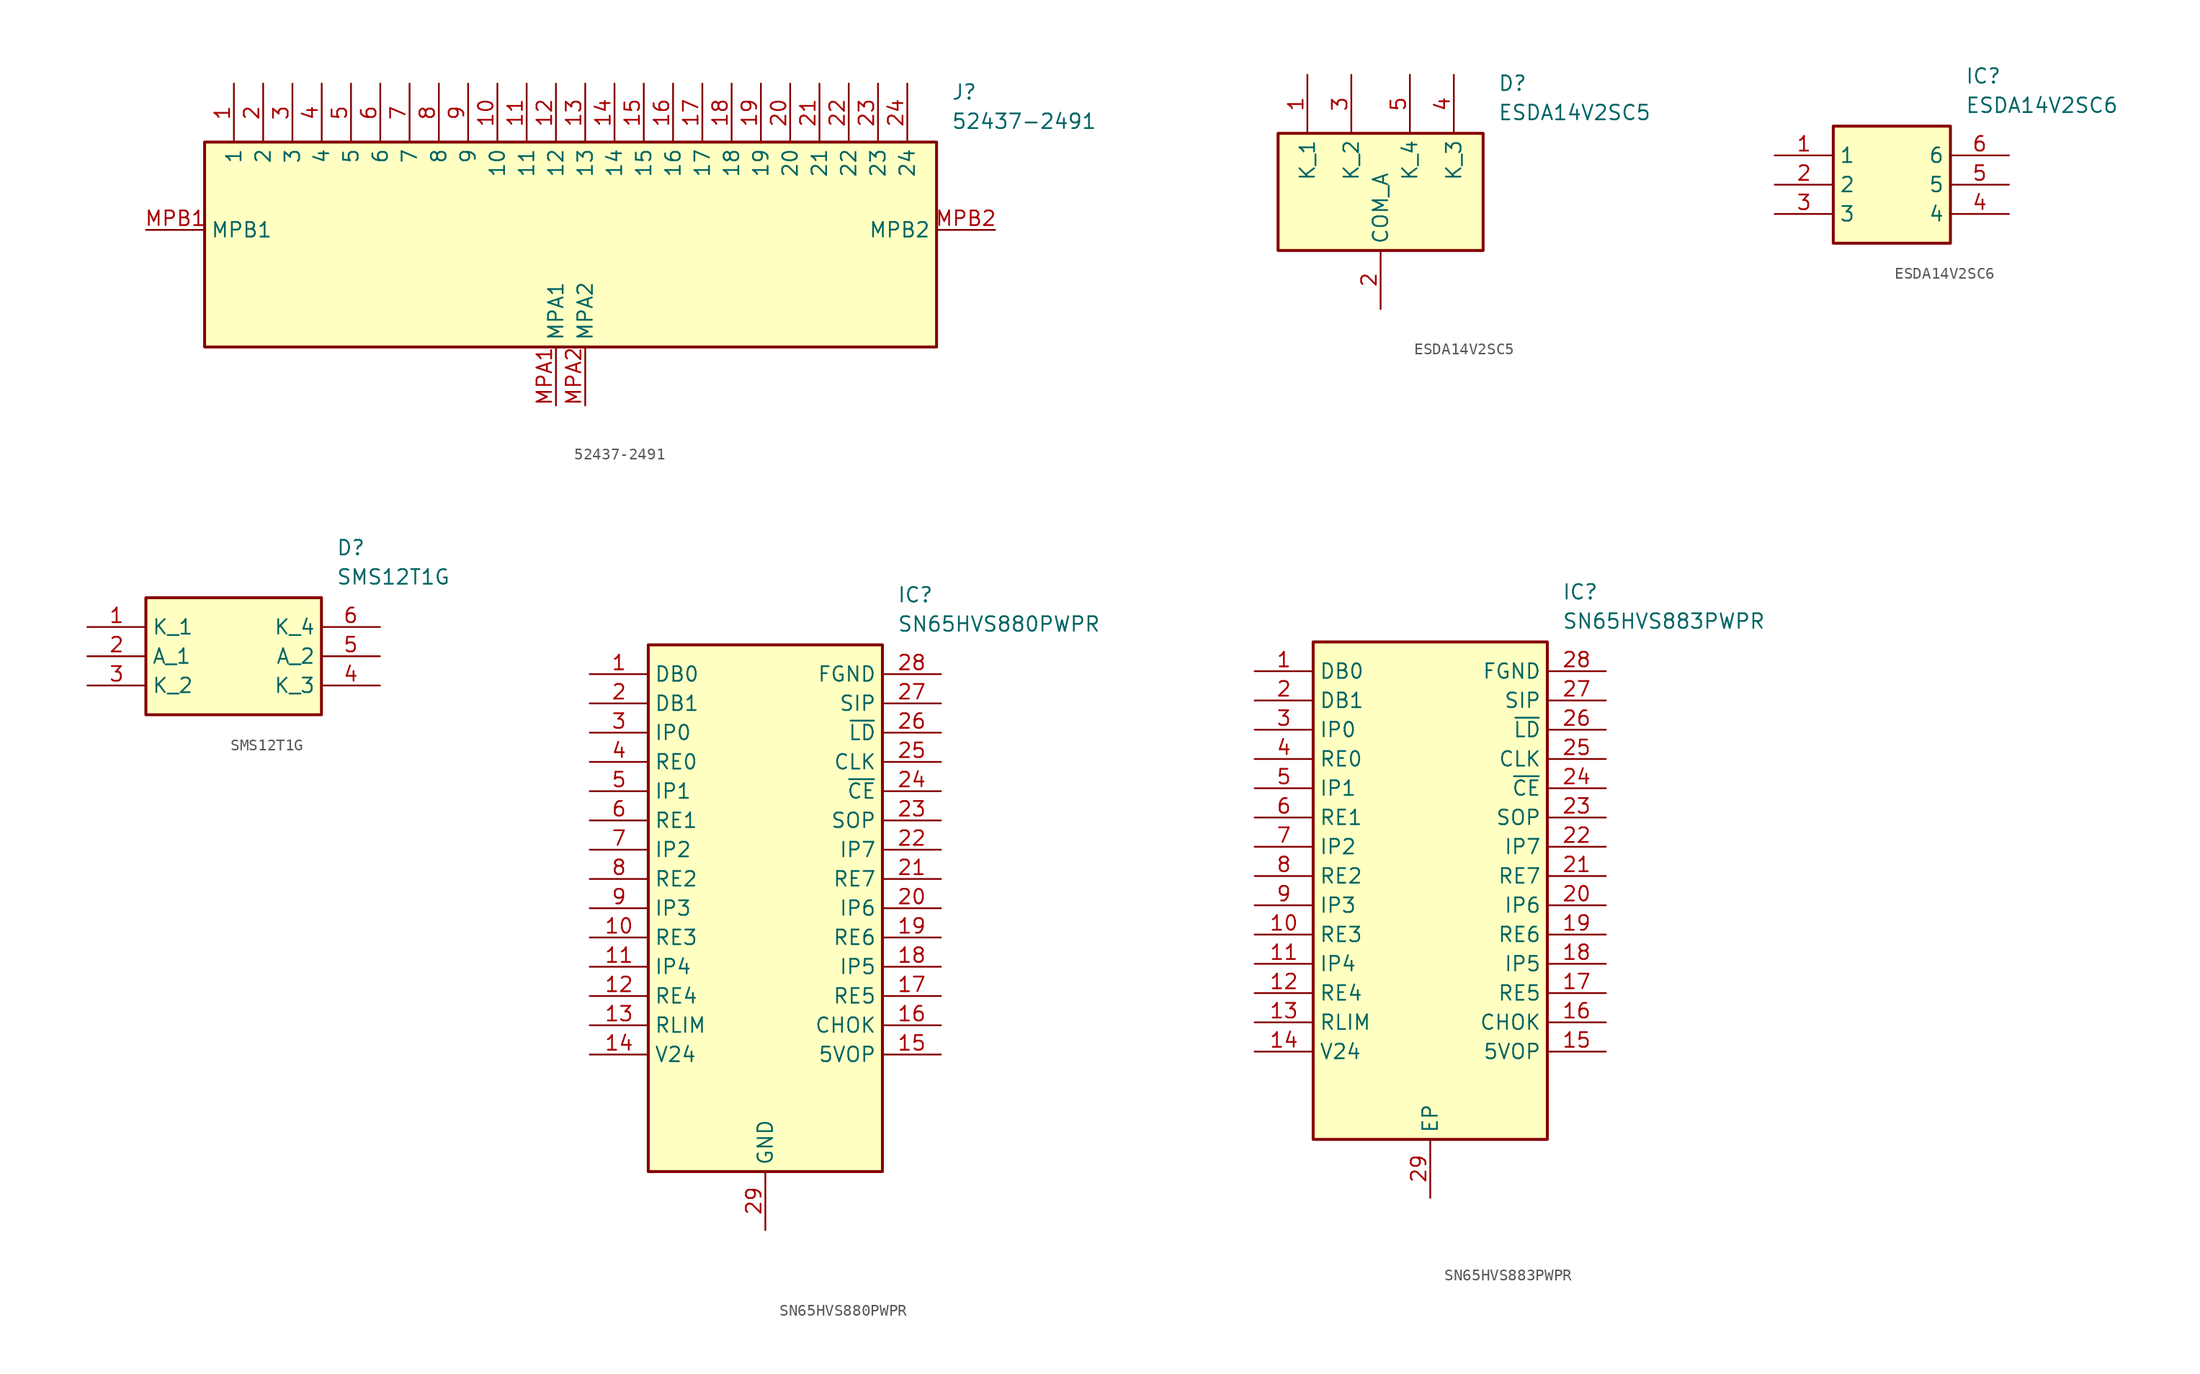
<source format=kicad_sym>
(kicad_symbol_lib
  (version 20220914)
  (generator kicad_symbol_editor)
  (symbol "52437-2491"
    (property "Reference" "J"
      (at 69.85 12.7 0)
      (effects (font (size 1.27 1.27)) (justify left top)))
    (property "Value" "52437-2491"
      (at 69.85 10.16 0)
      (effects (font (size 1.27 1.27)) (justify left top)))
    (rectangle
      (start 5.08 7.62)
      (end 68.58 -10.16)
      (stroke (width 0.254) (type default))
      (fill (type background)))
    (pin passive line
      (at 7.62 12.7 270)
      (length 5.08)
      (name "1" (effects (font (size 1.27 1.27))))
      (number "1" (effects (font (size 1.27 1.27)))))
    (pin passive line
      (at 10.16 12.7 270)
      (length 5.08)
      (name "2" (effects (font (size 1.27 1.27))))
      (number "2" (effects (font (size 1.27 1.27)))))
    (pin passive line
      (at 12.7 12.7 270)
      (length 5.08)
      (name "3" (effects (font (size 1.27 1.27))))
      (number "3" (effects (font (size 1.27 1.27)))))
    (pin passive line
      (at 15.24 12.7 270)
      (length 5.08)
      (name "4" (effects (font (size 1.27 1.27))))
      (number "4" (effects (font (size 1.27 1.27)))))
    (pin passive line
      (at 17.78 12.7 270)
      (length 5.08)
      (name "5" (effects (font (size 1.27 1.27))))
      (number "5" (effects (font (size 1.27 1.27)))))
    (pin passive line
      (at 20.32 12.7 270)
      (length 5.08)
      (name "6" (effects (font (size 1.27 1.27))))
      (number "6" (effects (font (size 1.27 1.27)))))
    (pin passive line
      (at 22.86 12.7 270)
      (length 5.08)
      (name "7" (effects (font (size 1.27 1.27))))
      (number "7" (effects (font (size 1.27 1.27)))))
    (pin passive line
      (at 25.4 12.7 270)
      (length 5.08)
      (name "8" (effects (font (size 1.27 1.27))))
      (number "8" (effects (font (size 1.27 1.27)))))
    (pin passive line
      (at 27.94 12.7 270)
      (length 5.08)
      (name "9" (effects (font (size 1.27 1.27))))
      (number "9" (effects (font (size 1.27 1.27)))))
    (pin passive line
      (at 30.48 12.7 270)
      (length 5.08)
      (name "10" (effects (font (size 1.27 1.27))))
      (number "10" (effects (font (size 1.27 1.27)))))
    (pin passive line
      (at 33.02 12.7 270)
      (length 5.08)
      (name "11" (effects (font (size 1.27 1.27))))
      (number "11" (effects (font (size 1.27 1.27)))))
    (pin passive line
      (at 35.56 12.7 270)
      (length 5.08)
      (name "12" (effects (font (size 1.27 1.27))))
      (number "12" (effects (font (size 1.27 1.27)))))
    (pin passive line
      (at 38.1 12.7 270)
      (length 5.08)
      (name "13" (effects (font (size 1.27 1.27))))
      (number "13" (effects (font (size 1.27 1.27)))))
    (pin passive line
      (at 40.64 12.7 270)
      (length 5.08)
      (name "14" (effects (font (size 1.27 1.27))))
      (number "14" (effects (font (size 1.27 1.27)))))
    (pin passive line
      (at 43.18 12.7 270)
      (length 5.08)
      (name "15" (effects (font (size 1.27 1.27))))
      (number "15" (effects (font (size 1.27 1.27)))))
    (pin passive line
      (at 45.72 12.7 270)
      (length 5.08)
      (name "16" (effects (font (size 1.27 1.27))))
      (number "16" (effects (font (size 1.27 1.27)))))
    (pin passive line
      (at 48.26 12.7 270)
      (length 5.08)
      (name "17" (effects (font (size 1.27 1.27))))
      (number "17" (effects (font (size 1.27 1.27)))))
    (pin passive line
      (at 50.8 12.7 270)
      (length 5.08)
      (name "18" (effects (font (size 1.27 1.27))))
      (number "18" (effects (font (size 1.27 1.27)))))
    (pin passive line
      (at 53.34 12.7 270)
      (length 5.08)
      (name "19" (effects (font (size 1.27 1.27))))
      (number "19" (effects (font (size 1.27 1.27)))))
    (pin passive line
      (at 55.88 12.7 270)
      (length 5.08)
      (name "20" (effects (font (size 1.27 1.27))))
      (number "20" (effects (font (size 1.27 1.27)))))
    (pin passive line
      (at 58.42 12.7 270)
      (length 5.08)
      (name "21" (effects (font (size 1.27 1.27))))
      (number "21" (effects (font (size 1.27 1.27)))))
    (pin passive line
      (at 60.96 12.7 270)
      (length 5.08)
      (name "22" (effects (font (size 1.27 1.27))))
      (number "22" (effects (font (size 1.27 1.27)))))
    (pin passive line
      (at 63.5 12.7 270)
      (length 5.08)
      (name "23" (effects (font (size 1.27 1.27))))
      (number "23" (effects (font (size 1.27 1.27)))))
    (pin passive line
      (at 66.04 12.7 270)
      (length 5.08)
      (name "24" (effects (font (size 1.27 1.27))))
      (number "24" (effects (font (size 1.27 1.27)))))
    (pin passive line
      (at 35.56 -15.24 90)
      (length 5.08)
      (name "MPA1" (effects (font (size 1.27 1.27))))
      (number "MPA1" (effects (font (size 1.27 1.27)))))
    (pin passive line
      (at 38.1 -15.24 90)
      (length 5.08)
      (name "MPA2" (effects (font (size 1.27 1.27))))
      (number "MPA2" (effects (font (size 1.27 1.27)))))
    (pin passive line
      (at 0 0 0)
      (length 5.08)
      (name "MPB1" (effects (font (size 1.27 1.27))))
      (number "MPB1" (effects (font (size 1.27 1.27)))))
    (pin passive line
      (at 73.66 0 180)
      (length 5.08)
      (name "MPB2" (effects (font (size 1.27 1.27))))
      (number "MPB2" (effects (font (size 1.27 1.27))))))
  (symbol "ESDA14V2SC5"
    (property "Reference" "D"
      (at 24.13 7.62 0)
      (effects (font (size 1.27 1.27)) (justify left top)))
    (property "Value" "ESDA14V2SC5"
      (at 24.13 5.08 0)
      (effects (font (size 1.27 1.27)) (justify left top)))
    (symbol "ESDA14V2SC5_1_1"
      (rectangle (start 5.08 2.54) (end 22.86 -7.62) (stroke (width 0.254) (type default)) (fill (type background)))
      (pin passive line (at 7.62 7.62 270) (length 5.08) (name "K_1" (effects (font (size 1.27 1.27)))) (number "1" (effects (font (size 1.27 1.27)))))
      (pin passive line (at 13.97 -12.7 90) (length 5.08) (name "COM_A" (effects (font (size 1.27 1.27)))) (number "2" (effects (font (size 1.27 1.27)))))
      (pin passive line (at 11.43 7.62 270) (length 5.08) (name "K_2" (effects (font (size 1.27 1.27)))) (number "3" (effects (font (size 1.27 1.27)))))
      (pin passive line (at 20.32 7.62 270) (length 5.08) (name "K_3" (effects (font (size 1.27 1.27)))) (number "4" (effects (font (size 1.27 1.27)))))
      (pin passive line (at 16.51 7.62 270) (length 5.08) (name "K_4" (effects (font (size 1.27 1.27)))) (number "5" (effects (font (size 1.27 1.27)))))))
  (symbol "ESDA14V2SC6"
    (property "Reference" "IC"
      (at 16.51 7.62 0)
      (effects (font (size 1.27 1.27)) (justify left top)))
    (property "Value" "ESDA14V2SC6"
      (at 16.51 5.08 0)
      (effects (font (size 1.27 1.27)) (justify left top)))
    (symbol "ESDA14V2SC6_1_1"
      (rectangle (start 5.08 2.54) (end 15.24 -7.62) (stroke (width 0.254) (type default)) (fill (type background)))
      (pin passive line (at 0 0 0) (length 5.08) (name "1" (effects (font (size 1.27 1.27)))) (number "1" (effects (font (size 1.27 1.27)))))
      (pin passive line (at 0 -2.54 0) (length 5.08) (name "2" (effects (font (size 1.27 1.27)))) (number "2" (effects (font (size 1.27 1.27)))))
      (pin passive line (at 0 -5.08 0) (length 5.08) (name "3" (effects (font (size 1.27 1.27)))) (number "3" (effects (font (size 1.27 1.27)))))
      (pin passive line (at 20.32 -5.08 180) (length 5.08) (name "4" (effects (font (size 1.27 1.27)))) (number "4" (effects (font (size 1.27 1.27)))))
      (pin passive line (at 20.32 -2.54 180) (length 5.08) (name "5" (effects (font (size 1.27 1.27)))) (number "5" (effects (font (size 1.27 1.27)))))
      (pin passive line (at 20.32 0 180) (length 5.08) (name "6" (effects (font (size 1.27 1.27)))) (number "6" (effects (font (size 1.27 1.27)))))))
  (symbol "SMS12T1G"
    (property "Reference" "D"
      (at 21.59 7.62 0)
      (effects (font (size 1.27 1.27)) (justify left top)))
    (property "Value" "SMS12T1G"
      (at 21.59 5.08 0)
      (effects (font (size 1.27 1.27)) (justify left top)))
    (symbol "SMS12T1G_1_1"
      (rectangle (start 5.08 2.54) (end 20.32 -7.62) (stroke (width 0.254) (type default)) (fill (type background)))
      (pin passive line (at 0 0 0) (length 5.08) (name "K_1" (effects (font (size 1.27 1.27)))) (number "1" (effects (font (size 1.27 1.27)))))
      (pin passive line (at 0 -2.54 0) (length 5.08) (name "A_1" (effects (font (size 1.27 1.27)))) (number "2" (effects (font (size 1.27 1.27)))))
      (pin passive line (at 0 -5.08 0) (length 5.08) (name "K_2" (effects (font (size 1.27 1.27)))) (number "3" (effects (font (size 1.27 1.27)))))
      (pin passive line (at 25.4 -5.08 180) (length 5.08) (name "K_3" (effects (font (size 1.27 1.27)))) (number "4" (effects (font (size 1.27 1.27)))))
      (pin passive line (at 25.4 -2.54 180) (length 5.08) (name "A_2" (effects (font (size 1.27 1.27)))) (number "5" (effects (font (size 1.27 1.27)))))
      (pin passive line (at 25.4 0 180) (length 5.08) (name "K_4" (effects (font (size 1.27 1.27)))) (number "6" (effects (font (size 1.27 1.27)))))))
  (symbol "SN65HVS880PWPR"
    (property "Reference" "IC"
      (at 26.67 7.62 0)
      (effects (font (size 1.27 1.27)) (justify left top)))
    (property "Value" "SN65HVS880PWPR"
      (at 26.67 5.08 0)
      (effects (font (size 1.27 1.27)) (justify left top)))
    (rectangle
      (start 5.08 2.54)
      (end 25.4 -43.18)
      (stroke (width 0.254) (type default))
      (fill (type background)))
    (pin passive line
      (at 0 0 0)
      (length 5.08)
      (name "DB0" (effects (font (size 1.27 1.27))))
      (number "1" (effects (font (size 1.27 1.27)))))
    (pin passive line
      (at 0 -2.54 0)
      (length 5.08)
      (name "DB1" (effects (font (size 1.27 1.27))))
      (number "2" (effects (font (size 1.27 1.27)))))
    (pin passive line
      (at 0 -5.08 0)
      (length 5.08)
      (name "IP0" (effects (font (size 1.27 1.27))))
      (number "3" (effects (font (size 1.27 1.27)))))
    (pin passive line
      (at 0 -7.62 0)
      (length 5.08)
      (name "RE0" (effects (font (size 1.27 1.27))))
      (number "4" (effects (font (size 1.27 1.27)))))
    (pin passive line
      (at 0 -10.16 0)
      (length 5.08)
      (name "IP1" (effects (font (size 1.27 1.27))))
      (number "5" (effects (font (size 1.27 1.27)))))
    (pin passive line
      (at 0 -12.7 0)
      (length 5.08)
      (name "RE1" (effects (font (size 1.27 1.27))))
      (number "6" (effects (font (size 1.27 1.27)))))
    (pin passive line
      (at 0 -15.24 0)
      (length 5.08)
      (name "IP2" (effects (font (size 1.27 1.27))))
      (number "7" (effects (font (size 1.27 1.27)))))
    (pin passive line
      (at 0 -17.78 0)
      (length 5.08)
      (name "RE2" (effects (font (size 1.27 1.27))))
      (number "8" (effects (font (size 1.27 1.27)))))
    (pin passive line
      (at 0 -20.32 0)
      (length 5.08)
      (name "IP3" (effects (font (size 1.27 1.27))))
      (number "9" (effects (font (size 1.27 1.27)))))
    (pin passive line
      (at 0 -22.86 0)
      (length 5.08)
      (name "RE3" (effects (font (size 1.27 1.27))))
      (number "10" (effects (font (size 1.27 1.27)))))
    (pin passive line
      (at 0 -25.4 0)
      (length 5.08)
      (name "IP4" (effects (font (size 1.27 1.27))))
      (number "11" (effects (font (size 1.27 1.27)))))
    (pin passive line
      (at 0 -27.94 0)
      (length 5.08)
      (name "RE4" (effects (font (size 1.27 1.27))))
      (number "12" (effects (font (size 1.27 1.27)))))
    (pin passive line
      (at 0 -30.48 0)
      (length 5.08)
      (name "RLIM" (effects (font (size 1.27 1.27))))
      (number "13" (effects (font (size 1.27 1.27)))))
    (pin passive line
      (at 0 -33.02 0)
      (length 5.08)
      (name "V24" (effects (font (size 1.27 1.27))))
      (number "14" (effects (font (size 1.27 1.27)))))
    (pin passive line
      (at 15.24 -48.26 90)
      (length 5.08)
      (name "GND" (effects (font (size 1.27 1.27))))
      (number "29" (effects (font (size 1.27 1.27)))))
    (pin passive line
      (at 30.48 0 180)
      (length 5.08)
      (name "FGND" (effects (font (size 1.27 1.27))))
      (number "28" (effects (font (size 1.27 1.27)))))
    (pin passive line
      (at 30.48 -2.54 180)
      (length 5.08)
      (name "SIP" (effects (font (size 1.27 1.27))))
      (number "27" (effects (font (size 1.27 1.27)))))
    (pin passive line
      (at 30.48 -5.08 180)
      (length 5.08)
      (name "~{LD}" (effects (font (size 1.27 1.27))))
      (number "26" (effects (font (size 1.27 1.27)))))
    (pin passive line
      (at 30.48 -7.62 180)
      (length 5.08)
      (name "CLK" (effects (font (size 1.27 1.27))))
      (number "25" (effects (font (size 1.27 1.27)))))
    (pin passive line
      (at 30.48 -10.16 180)
      (length 5.08)
      (name "~{CE}" (effects (font (size 1.27 1.27))))
      (number "24" (effects (font (size 1.27 1.27)))))
    (pin passive line
      (at 30.48 -12.7 180)
      (length 5.08)
      (name "SOP" (effects (font (size 1.27 1.27))))
      (number "23" (effects (font (size 1.27 1.27)))))
    (pin passive line
      (at 30.48 -15.24 180)
      (length 5.08)
      (name "IP7" (effects (font (size 1.27 1.27))))
      (number "22" (effects (font (size 1.27 1.27)))))
    (pin passive line
      (at 30.48 -17.78 180)
      (length 5.08)
      (name "RE7" (effects (font (size 1.27 1.27))))
      (number "21" (effects (font (size 1.27 1.27)))))
    (pin passive line
      (at 30.48 -20.32 180)
      (length 5.08)
      (name "IP6" (effects (font (size 1.27 1.27))))
      (number "20" (effects (font (size 1.27 1.27)))))
    (pin passive line
      (at 30.48 -22.86 180)
      (length 5.08)
      (name "RE6" (effects (font (size 1.27 1.27))))
      (number "19" (effects (font (size 1.27 1.27)))))
    (pin passive line
      (at 30.48 -25.4 180)
      (length 5.08)
      (name "IP5" (effects (font (size 1.27 1.27))))
      (number "18" (effects (font (size 1.27 1.27)))))
    (pin passive line
      (at 30.48 -27.94 180)
      (length 5.08)
      (name "RE5" (effects (font (size 1.27 1.27))))
      (number "17" (effects (font (size 1.27 1.27)))))
    (pin passive line
      (at 30.48 -30.48 180)
      (length 5.08)
      (name "CHOK" (effects (font (size 1.27 1.27))))
      (number "16" (effects (font (size 1.27 1.27)))))
    (pin passive line
      (at 30.48 -33.02 180)
      (length 5.08)
      (name "5VOP" (effects (font (size 1.27 1.27))))
      (number "15" (effects (font (size 1.27 1.27))))))
  (symbol "SN65HVS883PWPR"
    (property "Reference" "IC"
      (at 26.67 7.62 0)
      (effects (font (size 1.27 1.27)) (justify left top)))
    (property "Value" "SN65HVS883PWPR"
      (at 26.67 5.08 0)
      (effects (font (size 1.27 1.27)) (justify left top)))
    (rectangle
      (start 5.08 2.54)
      (end 25.4 -40.64)
      (stroke (width 0.254) (type default))
      (fill (type background)))
    (pin passive line
      (at 0 0 0)
      (length 5.08)
      (name "DB0" (effects (font (size 1.27 1.27))))
      (number "1" (effects (font (size 1.27 1.27)))))
    (pin passive line
      (at 0 -2.54 0)
      (length 5.08)
      (name "DB1" (effects (font (size 1.27 1.27))))
      (number "2" (effects (font (size 1.27 1.27)))))
    (pin passive line
      (at 0 -5.08 0)
      (length 5.08)
      (name "IP0" (effects (font (size 1.27 1.27))))
      (number "3" (effects (font (size 1.27 1.27)))))
    (pin passive line
      (at 0 -7.62 0)
      (length 5.08)
      (name "RE0" (effects (font (size 1.27 1.27))))
      (number "4" (effects (font (size 1.27 1.27)))))
    (pin passive line
      (at 0 -10.16 0)
      (length 5.08)
      (name "IP1" (effects (font (size 1.27 1.27))))
      (number "5" (effects (font (size 1.27 1.27)))))
    (pin passive line
      (at 0 -12.7 0)
      (length 5.08)
      (name "RE1" (effects (font (size 1.27 1.27))))
      (number "6" (effects (font (size 1.27 1.27)))))
    (pin passive line
      (at 0 -15.24 0)
      (length 5.08)
      (name "IP2" (effects (font (size 1.27 1.27))))
      (number "7" (effects (font (size 1.27 1.27)))))
    (pin passive line
      (at 0 -17.78 0)
      (length 5.08)
      (name "RE2" (effects (font (size 1.27 1.27))))
      (number "8" (effects (font (size 1.27 1.27)))))
    (pin passive line
      (at 0 -20.32 0)
      (length 5.08)
      (name "IP3" (effects (font (size 1.27 1.27))))
      (number "9" (effects (font (size 1.27 1.27)))))
    (pin passive line
      (at 0 -22.86 0)
      (length 5.08)
      (name "RE3" (effects (font (size 1.27 1.27))))
      (number "10" (effects (font (size 1.27 1.27)))))
    (pin passive line
      (at 0 -25.4 0)
      (length 5.08)
      (name "IP4" (effects (font (size 1.27 1.27))))
      (number "11" (effects (font (size 1.27 1.27)))))
    (pin passive line
      (at 0 -27.94 0)
      (length 5.08)
      (name "RE4" (effects (font (size 1.27 1.27))))
      (number "12" (effects (font (size 1.27 1.27)))))
    (pin passive line
      (at 0 -30.48 0)
      (length 5.08)
      (name "RLIM" (effects (font (size 1.27 1.27))))
      (number "13" (effects (font (size 1.27 1.27)))))
    (pin passive line
      (at 0 -33.02 0)
      (length 5.08)
      (name "V24" (effects (font (size 1.27 1.27))))
      (number "14" (effects (font (size 1.27 1.27)))))
    (pin passive line
      (at 15.24 -45.72 90)
      (length 5.08)
      (name "EP" (effects (font (size 1.27 1.27))))
      (number "29" (effects (font (size 1.27 1.27)))))
    (pin passive line
      (at 30.48 0 180)
      (length 5.08)
      (name "FGND" (effects (font (size 1.27 1.27))))
      (number "28" (effects (font (size 1.27 1.27)))))
    (pin passive line
      (at 30.48 -2.54 180)
      (length 5.08)
      (name "SIP" (effects (font (size 1.27 1.27))))
      (number "27" (effects (font (size 1.27 1.27)))))
    (pin passive line
      (at 30.48 -5.08 180)
      (length 5.08)
      (name "~{LD}" (effects (font (size 1.27 1.27))))
      (number "26" (effects (font (size 1.27 1.27)))))
    (pin passive line
      (at 30.48 -7.62 180)
      (length 5.08)
      (name "CLK" (effects (font (size 1.27 1.27))))
      (number "25" (effects (font (size 1.27 1.27)))))
    (pin passive line
      (at 30.48 -10.16 180)
      (length 5.08)
      (name "~{CE}" (effects (font (size 1.27 1.27))))
      (number "24" (effects (font (size 1.27 1.27)))))
    (pin passive line
      (at 30.48 -12.7 180)
      (length 5.08)
      (name "SOP" (effects (font (size 1.27 1.27))))
      (number "23" (effects (font (size 1.27 1.27)))))
    (pin passive line
      (at 30.48 -15.24 180)
      (length 5.08)
      (name "IP7" (effects (font (size 1.27 1.27))))
      (number "22" (effects (font (size 1.27 1.27)))))
    (pin passive line
      (at 30.48 -17.78 180)
      (length 5.08)
      (name "RE7" (effects (font (size 1.27 1.27))))
      (number "21" (effects (font (size 1.27 1.27)))))
    (pin passive line
      (at 30.48 -20.32 180)
      (length 5.08)
      (name "IP6" (effects (font (size 1.27 1.27))))
      (number "20" (effects (font (size 1.27 1.27)))))
    (pin passive line
      (at 30.48 -22.86 180)
      (length 5.08)
      (name "RE6" (effects (font (size 1.27 1.27))))
      (number "19" (effects (font (size 1.27 1.27)))))
    (pin passive line
      (at 30.48 -25.4 180)
      (length 5.08)
      (name "IP5" (effects (font (size 1.27 1.27))))
      (number "18" (effects (font (size 1.27 1.27)))))
    (pin passive line
      (at 30.48 -27.94 180)
      (length 5.08)
      (name "RE5" (effects (font (size 1.27 1.27))))
      (number "17" (effects (font (size 1.27 1.27)))))
    (pin passive line
      (at 30.48 -30.48 180)
      (length 5.08)
      (name "CHOK" (effects (font (size 1.27 1.27))))
      (number "16" (effects (font (size 1.27 1.27)))))
    (pin passive line
      (at 30.48 -33.02 180)
      (length 5.08)
      (name "5VOP" (effects (font (size 1.27 1.27))))
      (number "15" (effects (font (size 1.27 1.27)))))))
</source>
